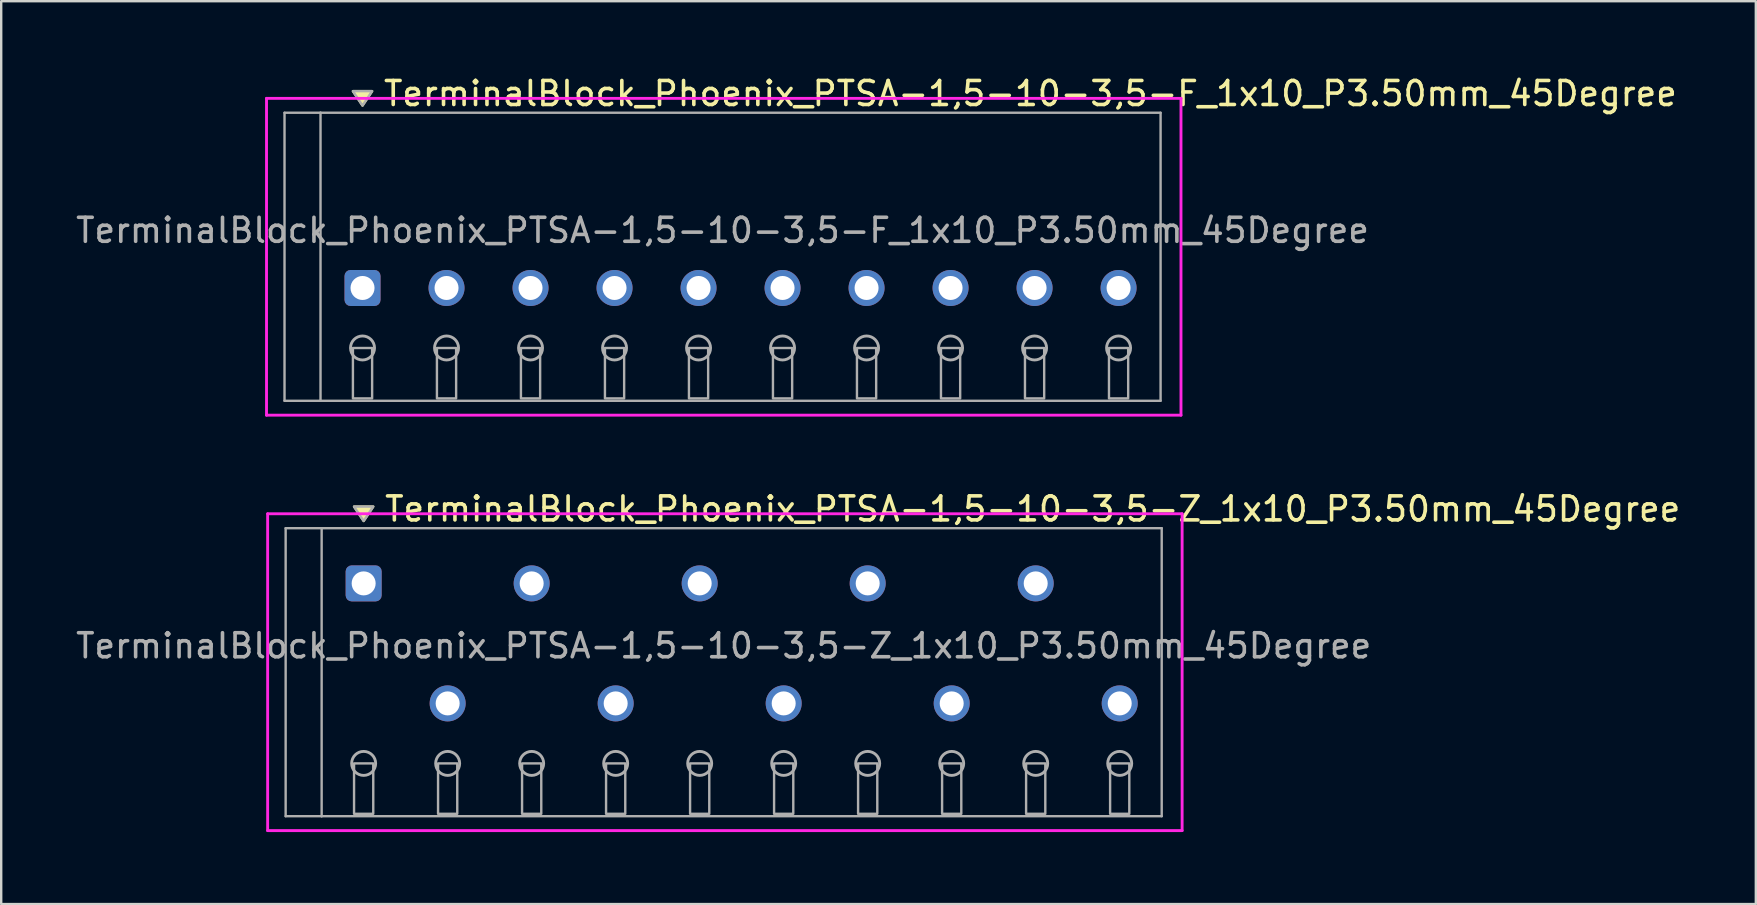
<source format=kicad_pcb>
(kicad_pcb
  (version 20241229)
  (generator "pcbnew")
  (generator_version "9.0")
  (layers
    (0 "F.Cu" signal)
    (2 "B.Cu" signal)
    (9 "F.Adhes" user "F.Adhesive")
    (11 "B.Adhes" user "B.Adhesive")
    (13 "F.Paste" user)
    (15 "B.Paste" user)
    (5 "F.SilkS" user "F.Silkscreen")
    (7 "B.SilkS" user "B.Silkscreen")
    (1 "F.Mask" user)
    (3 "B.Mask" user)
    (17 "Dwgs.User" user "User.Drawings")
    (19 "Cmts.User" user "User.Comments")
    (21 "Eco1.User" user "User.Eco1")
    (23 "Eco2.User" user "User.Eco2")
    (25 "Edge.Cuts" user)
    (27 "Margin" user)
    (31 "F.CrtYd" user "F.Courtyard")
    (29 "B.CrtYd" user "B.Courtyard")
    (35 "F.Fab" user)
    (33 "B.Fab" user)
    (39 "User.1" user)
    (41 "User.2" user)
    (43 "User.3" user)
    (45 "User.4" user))
  (footprint "TerminalBlock_Phoenix_PTSA-1,5-10-3,5-Z_1x10_P3.50mm_45Degree"
    (layer "F.Cu")
    (at 12.101 26.256)
    (property "Reference" "TerminalBlock_Phoenix_PTSA-1,5-10-3,5-Z_1x10_P3.50mm_45Degree" (at 0.8 -8.1 0) (layer "F.SilkS") (effects (font (size 1 1) (thickness 0.15)) (justify left)))
    (attr through_hole)
    (fp_poly (pts (xy 0 -7.6) (xy -0.4 -8.2) (xy 0.4 -8.2)) (stroke (width 0.1) (type solid)) (fill yes) (layer "F.SilkS"))
    (fp_line (start -4 -7.9) (end 34.1 -7.9) (stroke (width 0.12) (type solid)) (layer "F.CrtYd"))
    (fp_line (start -4 5.3) (end -4 -7.9) (stroke (width 0.12) (type solid)) (layer "F.CrtYd"))
    (fp_line (start 34.1 -7.9) (end 34.1 5.3) (stroke (width 0.12) (type solid)) (layer "F.CrtYd"))
    (fp_line (start 34.1 5.3) (end -4 5.3) (stroke (width 0.12) (type solid)) (layer "F.CrtYd"))
    (fp_line (start -3.25 -7.3) (end -1.75 -7.3) (stroke (width 0.1) (type solid)) (layer "F.Fab"))
    (fp_line (start -3.25 4.7) (end -3.25 -7.3) (stroke (width 0.1) (type solid)) (layer "F.Fab"))
    (fp_line (start -1.75 -7.3) (end -1.75 4.7) (stroke (width 0.1) (type solid)) (layer "F.Fab"))
    (fp_line (start -1.75 4.7) (end -3.25 4.7) (stroke (width 0.1) (type solid)) (layer "F.Fab"))
    (fp_line (start -1.75 4.7) (end 33.25 4.7) (stroke (width 0.1) (type solid)) (layer "F.Fab"))
    (fp_line (start 33.25 -7.3) (end -1.75 -7.3) (stroke (width 0.1) (type solid)) (layer "F.Fab"))
    (fp_line (start 33.25 4.7) (end 33.25 -7.3) (stroke (width 0.1) (type solid)) (layer "F.Fab"))
    (fp_circle (center 0 2.5) (end -0.5 2.5) (stroke (width 0.12) (type solid)) (fill no) (layer "F.Fab"))
    (fp_circle (center 3.5 2.5) (end 3 2.5) (stroke (width 0.12) (type solid)) (fill no) (layer "F.Fab"))
    (fp_circle (center 7 2.5) (end 6.5 2.5) (stroke (width 0.12) (type solid)) (fill no) (layer "F.Fab"))
    (fp_circle (center 10.5 2.5) (end 10 2.5) (stroke (width 0.12) (type solid)) (fill no) (layer "F.Fab"))
    (fp_circle (center 14 2.5) (end 13.5 2.5) (stroke (width 0.12) (type solid)) (fill no) (layer "F.Fab"))
    (fp_circle (center 17.5 2.5) (end 17 2.5) (stroke (width 0.12) (type solid)) (fill no) (layer "F.Fab"))
    (fp_circle (center 21 2.5) (end 20.5 2.5) (stroke (width 0.12) (type solid)) (fill no) (layer "F.Fab"))
    (fp_circle (center 24.5 2.5) (end 24 2.5) (stroke (width 0.12) (type solid)) (fill no) (layer "F.Fab"))
    (fp_circle (center 28 2.5) (end 27.5 2.5) (stroke (width 0.12) (type solid)) (fill no) (layer "F.Fab"))
    (fp_circle (center 31.5 2.5) (end 31 2.5) (stroke (width 0.12) (type solid)) (fill no) (layer "F.Fab"))
    (fp_poly (pts (xy 0 -7.6) (xy -0.4 -8.2) (xy 0.4 -8.2)) (stroke (width 0.1) (type solid)) (fill no) (layer "F.Fab"))
    (fp_poly (pts (xy -0.4 2.5) (xy -0.4 4.6) (xy 0.4 4.6) (xy 0.4 2.5)) (stroke (width 0.1) (type solid)) (fill no) (layer "F.Fab"))
    (fp_poly (pts (xy 3.1 2.5) (xy 3.1 4.6) (xy 3.9 4.6) (xy 3.9 2.5)) (stroke (width 0.1) (type solid)) (fill no) (layer "F.Fab"))
    (fp_poly (pts (xy 6.6 2.5) (xy 6.6 4.6) (xy 7.4 4.6) (xy 7.4 2.5)) (stroke (width 0.1) (type solid)) (fill no) (layer "F.Fab"))
    (fp_poly (pts (xy 10.1 2.5) (xy 10.1 4.6) (xy 10.9 4.6) (xy 10.9 2.5)) (stroke (width 0.1) (type solid)) (fill no) (layer "F.Fab"))
    (fp_poly (pts (xy 13.6 2.5) (xy 13.6 4.6) (xy 14.4 4.6) (xy 14.4 2.5)) (stroke (width 0.1) (type solid)) (fill no) (layer "F.Fab"))
    (fp_poly (pts (xy 17.1 2.5) (xy 17.1 4.6) (xy 17.9 4.6) (xy 17.9 2.5)) (stroke (width 0.1) (type solid)) (fill no) (layer "F.Fab"))
    (fp_poly (pts (xy 20.6 2.5) (xy 20.6 4.6) (xy 21.4 4.6) (xy 21.4 2.5)) (stroke (width 0.1) (type solid)) (fill no) (layer "F.Fab"))
    (fp_poly (pts (xy 24.1 2.5) (xy 24.1 4.6) (xy 24.9 4.6) (xy 24.9 2.5)) (stroke (width 0.1) (type solid)) (fill no) (layer "F.Fab"))
    (fp_poly (pts (xy 27.6 2.5) (xy 27.6 4.6) (xy 28.4 4.6) (xy 28.4 2.5)) (stroke (width 0.1) (type solid)) (fill no) (layer "F.Fab"))
    (fp_poly (pts (xy 31.1 2.5) (xy 31.1 4.6) (xy 31.9 4.6) (xy 31.9 2.5)) (stroke (width 0.1) (type solid)) (fill no) (layer "F.Fab"))
    (fp_text user "${REFERENCE}" (at 15 -2.4 0) (layer "F.Fab") (effects (font (size 1 1) (thickness 0.15))))
    (pad "1" thru_hole roundrect (at 0 -5) (size 1.5 1.5) (drill 1) (layers "*.Cu" "*.Mask") (roundrect_rratio 0.167))
    (pad "2" thru_hole oval (at 3.5 0) (size 1.5 1.5) (drill 1) (layers "*.Cu" "*.Mask"))
    (pad "3" thru_hole oval (at 7 -5) (size 1.5 1.5) (drill 1) (layers "*.Cu" "*.Mask"))
    (pad "4" thru_hole oval (at 10.5 0) (size 1.5 1.5) (drill 1) (layers "*.Cu" "*.Mask"))
    (pad "5" thru_hole oval (at 14 -5) (size 1.5 1.5) (drill 1) (layers "*.Cu" "*.Mask"))
    (pad "6" thru_hole oval (at 17.5 0) (size 1.5 1.5) (drill 1) (layers "*.Cu" "*.Mask"))
    (pad "7" thru_hole oval (at 21 -5) (size 1.5 1.5) (drill 1) (layers "*.Cu" "*.Mask"))
    (pad "8" thru_hole oval (at 24.5 0) (size 1.5 1.5) (drill 1) (layers "*.Cu" "*.Mask"))
    (pad "9" thru_hole oval (at 28 -5) (size 1.5 1.5) (drill 1) (layers "*.Cu" "*.Mask"))
    (pad "10" thru_hole oval (at 31.5 0) (size 1.5 1.5) (drill 1) (layers "*.Cu" "*.Mask")))
  (footprint "TerminalBlock_Phoenix_PTSA-1,5-10-3,5-F_1x10_P3.50mm_45Degree"
    (layer "F.Cu")
    (at 12.054 8.948)
    (property "Reference" "TerminalBlock_Phoenix_PTSA-1,5-10-3,5-F_1x10_P3.50mm_45Degree" (at 0.8 -8.1 0) (layer "F.SilkS") (effects (font (size 1 1) (thickness 0.15)) (justify left)))
    (attr through_hole)
    (fp_poly (pts (xy 0 -7.6) (xy -0.4 -8.2) (xy 0.4 -8.2)) (stroke (width 0.1) (type solid)) (fill yes) (layer "F.SilkS"))
    (fp_line (start -4 -7.9) (end 34.1 -7.9) (stroke (width 0.12) (type solid)) (layer "F.CrtYd"))
    (fp_line (start -4 5.3) (end -4 -7.9) (stroke (width 0.12) (type solid)) (layer "F.CrtYd"))
    (fp_line (start 34.1 -7.9) (end 34.1 5.3) (stroke (width 0.12) (type solid)) (layer "F.CrtYd"))
    (fp_line (start 34.1 5.3) (end -4 5.3) (stroke (width 0.12) (type solid)) (layer "F.CrtYd"))
    (fp_line (start -3.25 -7.3) (end -1.75 -7.3) (stroke (width 0.1) (type solid)) (layer "F.Fab"))
    (fp_line (start -3.25 4.7) (end -3.25 -7.3) (stroke (width 0.1) (type solid)) (layer "F.Fab"))
    (fp_line (start -1.75 -7.3) (end -1.75 4.7) (stroke (width 0.1) (type solid)) (layer "F.Fab"))
    (fp_line (start -1.75 4.7) (end -3.25 4.7) (stroke (width 0.1) (type solid)) (layer "F.Fab"))
    (fp_line (start -1.75 4.7) (end 33.25 4.7) (stroke (width 0.1) (type solid)) (layer "F.Fab"))
    (fp_line (start 33.25 -7.3) (end -1.75 -7.3) (stroke (width 0.1) (type solid)) (layer "F.Fab"))
    (fp_line (start 33.25 4.7) (end 33.25 -7.3) (stroke (width 0.1) (type solid)) (layer "F.Fab"))
    (fp_circle (center 0 2.5) (end -0.5 2.5) (stroke (width 0.12) (type solid)) (fill no) (layer "F.Fab"))
    (fp_circle (center 3.5 2.5) (end 3 2.5) (stroke (width 0.12) (type solid)) (fill no) (layer "F.Fab"))
    (fp_circle (center 7 2.5) (end 6.5 2.5) (stroke (width 0.12) (type solid)) (fill no) (layer "F.Fab"))
    (fp_circle (center 10.5 2.5) (end 10 2.5) (stroke (width 0.12) (type solid)) (fill no) (layer "F.Fab"))
    (fp_circle (center 14 2.5) (end 13.5 2.5) (stroke (width 0.12) (type solid)) (fill no) (layer "F.Fab"))
    (fp_circle (center 17.5 2.5) (end 17 2.5) (stroke (width 0.12) (type solid)) (fill no) (layer "F.Fab"))
    (fp_circle (center 21 2.5) (end 20.5 2.5) (stroke (width 0.12) (type solid)) (fill no) (layer "F.Fab"))
    (fp_circle (center 24.5 2.5) (end 24 2.5) (stroke (width 0.12) (type solid)) (fill no) (layer "F.Fab"))
    (fp_circle (center 28 2.5) (end 27.5 2.5) (stroke (width 0.12) (type solid)) (fill no) (layer "F.Fab"))
    (fp_circle (center 31.5 2.5) (end 31 2.5) (stroke (width 0.12) (type solid)) (fill no) (layer "F.Fab"))
    (fp_poly (pts (xy 0 -7.6) (xy -0.4 -8.2) (xy 0.4 -8.2)) (stroke (width 0.1) (type solid)) (fill no) (layer "F.Fab"))
    (fp_poly (pts (xy -0.4 2.5) (xy -0.4 4.6) (xy 0.4 4.6) (xy 0.4 2.5)) (stroke (width 0.1) (type solid)) (fill no) (layer "F.Fab"))
    (fp_poly (pts (xy 3.1 2.5) (xy 3.1 4.6) (xy 3.9 4.6) (xy 3.9 2.5)) (stroke (width 0.1) (type solid)) (fill no) (layer "F.Fab"))
    (fp_poly (pts (xy 6.6 2.5) (xy 6.6 4.6) (xy 7.4 4.6) (xy 7.4 2.5)) (stroke (width 0.1) (type solid)) (fill no) (layer "F.Fab"))
    (fp_poly (pts (xy 10.1 2.5) (xy 10.1 4.6) (xy 10.9 4.6) (xy 10.9 2.5)) (stroke (width 0.1) (type solid)) (fill no) (layer "F.Fab"))
    (fp_poly (pts (xy 13.6 2.5) (xy 13.6 4.6) (xy 14.4 4.6) (xy 14.4 2.5)) (stroke (width 0.1) (type solid)) (fill no) (layer "F.Fab"))
    (fp_poly (pts (xy 17.1 2.5) (xy 17.1 4.6) (xy 17.9 4.6) (xy 17.9 2.5)) (stroke (width 0.1) (type solid)) (fill no) (layer "F.Fab"))
    (fp_poly (pts (xy 20.6 2.5) (xy 20.6 4.6) (xy 21.4 4.6) (xy 21.4 2.5)) (stroke (width 0.1) (type solid)) (fill no) (layer "F.Fab"))
    (fp_poly (pts (xy 24.1 2.5) (xy 24.1 4.6) (xy 24.9 4.6) (xy 24.9 2.5)) (stroke (width 0.1) (type solid)) (fill no) (layer "F.Fab"))
    (fp_poly (pts (xy 27.6 2.5) (xy 27.6 4.6) (xy 28.4 4.6) (xy 28.4 2.5)) (stroke (width 0.1) (type solid)) (fill no) (layer "F.Fab"))
    (fp_poly (pts (xy 31.1 2.5) (xy 31.1 4.6) (xy 31.9 4.6) (xy 31.9 2.5)) (stroke (width 0.1) (type solid)) (fill no) (layer "F.Fab"))
    (fp_text user "${REFERENCE}" (at 15 -2.4 0) (layer "F.Fab") (effects (font (size 1 1) (thickness 0.15))))
    (pad "1" thru_hole roundrect (at 0 0) (size 1.5 1.5) (drill 1) (layers "*.Cu" "*.Mask") (roundrect_rratio 0.167))
    (pad "2" thru_hole oval (at 3.5 0) (size 1.5 1.5) (drill 1) (layers "*.Cu" "*.Mask"))
    (pad "3" thru_hole oval (at 7 0) (size 1.5 1.5) (drill 1) (layers "*.Cu" "*.Mask"))
    (pad "4" thru_hole oval (at 10.5 0) (size 1.5 1.5) (drill 1) (layers "*.Cu" "*.Mask"))
    (pad "5" thru_hole oval (at 14 0) (size 1.5 1.5) (drill 1) (layers "*.Cu" "*.Mask"))
    (pad "6" thru_hole oval (at 17.5 0) (size 1.5 1.5) (drill 1) (layers "*.Cu" "*.Mask"))
    (pad "7" thru_hole oval (at 21 0) (size 1.5 1.5) (drill 1) (layers "*.Cu" "*.Mask"))
    (pad "8" thru_hole oval (at 24.5 0) (size 1.5 1.5) (drill 1) (layers "*.Cu" "*.Mask"))
    (pad "9" thru_hole oval (at 28 0) (size 1.5 1.5) (drill 1) (layers "*.Cu" "*.Mask"))
    (pad "10" thru_hole oval (at 31.5 0) (size 1.5 1.5) (drill 1) (layers "*.Cu" "*.Mask")))
  (gr_rect
    (start -3 -3)
    (end 70.104 34.617)
    (stroke (width 0.1) (type default))
    (fill no)
    (layer "Edge.Cuts")))
</source>
